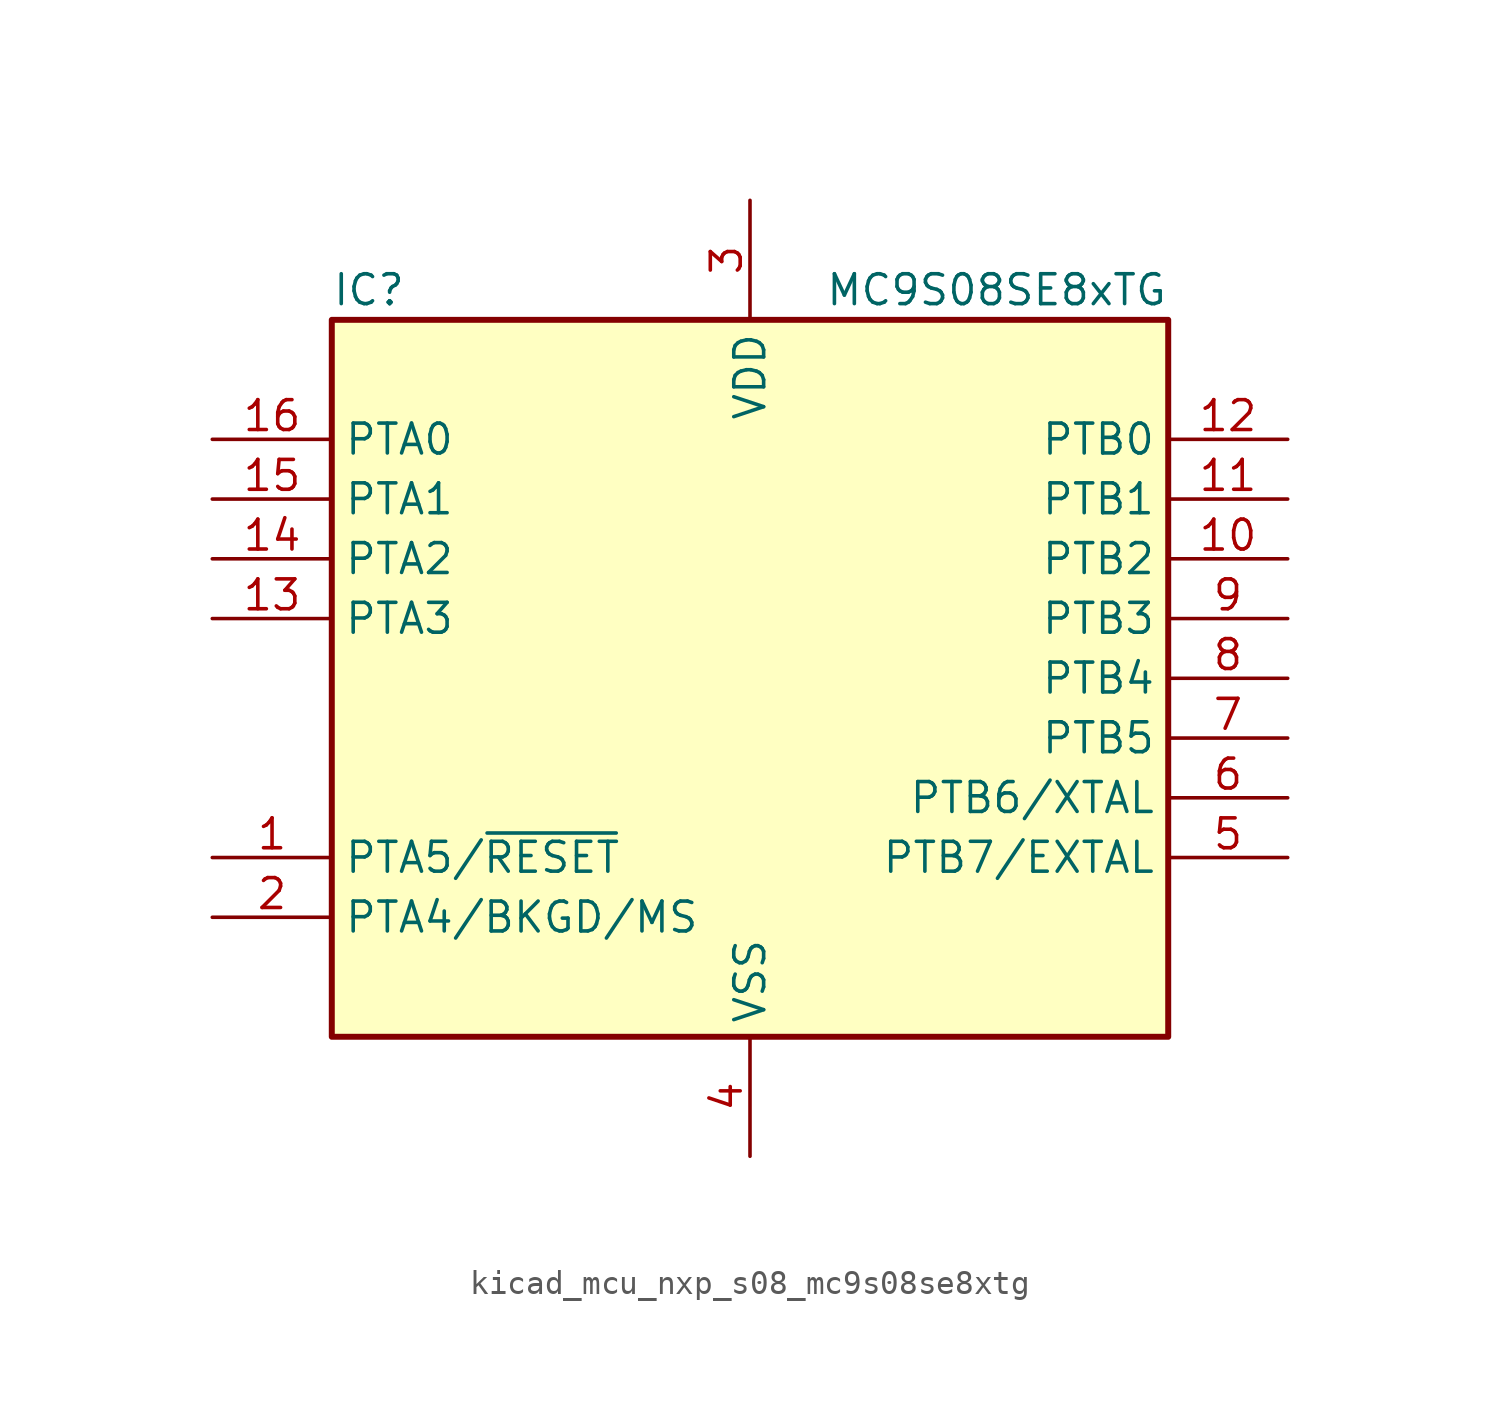
<source format=kicad_sym>
(kicad_symbol_lib
  (version 20220914)
  (generator kicad_symbol_editor)
  (symbol "kicad_mcu_nxp_s08_mc9s08se8xtg"
    (property "Reference" "IC"
      (at -17.78 16.51 0)
      (effects (font (size 1.27 1.27)) (justify left)))
    (property "Value" "MC9S08SE8xTG"
      (at 17.78 16.51 0)
      (effects (font (size 1.27 1.27)) (justify right)))
    (symbol "kicad_mcu_nxp_s08_mc9s08se8xtg_0_1"
      (rectangle (start -17.78 15.24) (end 17.78 -15.24) (stroke (width 0.254) (type default)) (fill (type background))))
    (symbol "kicad_mcu_nxp_s08_mc9s08se8xtg_1_1"
      (pin bidirectional line (at -22.86 -7.62 0) (length 5.08) (name "PTA5/~{RESET}" (effects (font (size 1.27 1.27)))) (number "1" (effects (font (size 1.27 1.27)))))
      (pin bidirectional line (at 22.86 5.08 180) (length 5.08) (name "PTB2" (effects (font (size 1.27 1.27)))) (number "10" (effects (font (size 1.27 1.27)))))
      (pin bidirectional line (at 22.86 7.62 180) (length 5.08) (name "PTB1" (effects (font (size 1.27 1.27)))) (number "11" (effects (font (size 1.27 1.27)))))
      (pin bidirectional line (at 22.86 10.16 180) (length 5.08) (name "PTB0" (effects (font (size 1.27 1.27)))) (number "12" (effects (font (size 1.27 1.27)))))
      (pin bidirectional line (at -22.86 2.54 0) (length 5.08) (name "PTA3" (effects (font (size 1.27 1.27)))) (number "13" (effects (font (size 1.27 1.27)))))
      (pin bidirectional line (at -22.86 5.08 0) (length 5.08) (name "PTA2" (effects (font (size 1.27 1.27)))) (number "14" (effects (font (size 1.27 1.27)))))
      (pin bidirectional line (at -22.86 7.62 0) (length 5.08) (name "PTA1" (effects (font (size 1.27 1.27)))) (number "15" (effects (font (size 1.27 1.27)))))
      (pin bidirectional line (at -22.86 10.16 0) (length 5.08) (name "PTA0" (effects (font (size 1.27 1.27)))) (number "16" (effects (font (size 1.27 1.27)))))
      (pin bidirectional line (at -22.86 -10.16 0) (length 5.08) (name "PTA4/BKGD/MS" (effects (font (size 1.27 1.27)))) (number "2" (effects (font (size 1.27 1.27)))))
      (pin power_in line (at 0 20.32 270) (length 5.08) (name "VDD" (effects (font (size 1.27 1.27)))) (number "3" (effects (font (size 1.27 1.27)))))
      (pin power_in line (at 0 -20.32 90) (length 5.08) (name "VSS" (effects (font (size 1.27 1.27)))) (number "4" (effects (font (size 1.27 1.27)))))
      (pin bidirectional line (at 22.86 -7.62 180) (length 5.08) (name "PTB7/EXTAL" (effects (font (size 1.27 1.27)))) (number "5" (effects (font (size 1.27 1.27)))))
      (pin bidirectional line (at 22.86 -5.08 180) (length 5.08) (name "PTB6/XTAL" (effects (font (size 1.27 1.27)))) (number "6" (effects (font (size 1.27 1.27)))))
      (pin bidirectional line (at 22.86 -2.54 180) (length 5.08) (name "PTB5" (effects (font (size 1.27 1.27)))) (number "7" (effects (font (size 1.27 1.27)))))
      (pin bidirectional line (at 22.86 0 180) (length 5.08) (name "PTB4" (effects (font (size 1.27 1.27)))) (number "8" (effects (font (size 1.27 1.27)))))
      (pin bidirectional line (at 22.86 2.54 180) (length 5.08) (name "PTB3" (effects (font (size 1.27 1.27)))) (number "9" (effects (font (size 1.27 1.27))))))))
</source>
